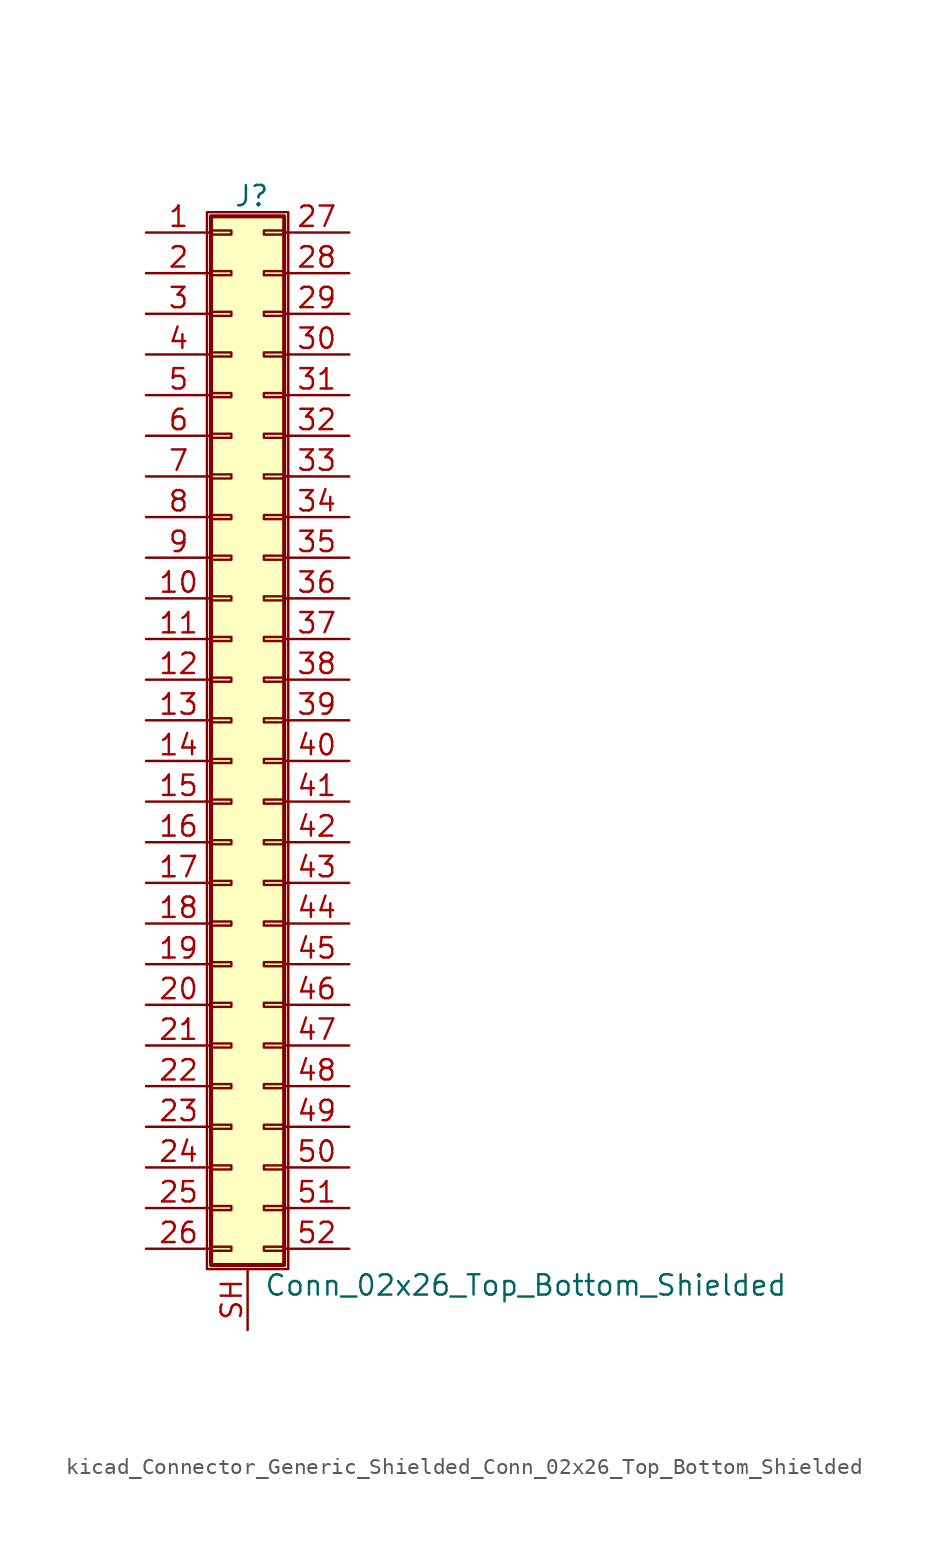
<source format=kicad_sym>
(kicad_symbol_lib
  (version 20220914)
  (generator kicad_symbol_editor)
  (symbol "kicad_Connector_Generic_Shielded_Conn_02x26_Top_Bottom_Shielded"
    (pin_names
      (offset 1.016) hide)
    (property "Reference" "J"
      (at 1.524 32.766 0)
      (effects (font (size 1.27 1.27))))
    (property "Value" "Conn_02x26_Top_Bottom_Shielded"
      (at 2.286 -35.306 0)
      (effects (font (size 1.27 1.27)) (justify left)))
    (symbol "kicad_Connector_Generic_Shielded_Conn_02x26_Top_Bottom_Shielded_1_1"
      (rectangle (start -1.27 31.75) (end 3.81 -34.29) (stroke (width 0.152) (type default)) (fill (type none)))
      (rectangle (start -1.016 -32.893) (end 0.254 -33.147) (stroke (width 0.152) (type default)) (fill (type none)))
      (rectangle (start -1.016 -30.353) (end 0.254 -30.607) (stroke (width 0.152) (type default)) (fill (type none)))
      (rectangle (start -1.016 -27.813) (end 0.254 -28.067) (stroke (width 0.152) (type default)) (fill (type none)))
      (rectangle (start -1.016 -25.273) (end 0.254 -25.527) (stroke (width 0.152) (type default)) (fill (type none)))
      (rectangle (start -1.016 -22.733) (end 0.254 -22.987) (stroke (width 0.152) (type default)) (fill (type none)))
      (rectangle (start -1.016 -20.193) (end 0.254 -20.447) (stroke (width 0.152) (type default)) (fill (type none)))
      (rectangle (start -1.016 -17.653) (end 0.254 -17.907) (stroke (width 0.152) (type default)) (fill (type none)))
      (rectangle (start -1.016 -15.113) (end 0.254 -15.367) (stroke (width 0.152) (type default)) (fill (type none)))
      (rectangle (start -1.016 -12.573) (end 0.254 -12.827) (stroke (width 0.152) (type default)) (fill (type none)))
      (rectangle (start -1.016 -10.033) (end 0.254 -10.287) (stroke (width 0.152) (type default)) (fill (type none)))
      (rectangle (start -1.016 -7.493) (end 0.254 -7.747) (stroke (width 0.152) (type default)) (fill (type none)))
      (rectangle (start -1.016 -4.953) (end 0.254 -5.207) (stroke (width 0.152) (type default)) (fill (type none)))
      (rectangle (start -1.016 -2.413) (end 0.254 -2.667) (stroke (width 0.152) (type default)) (fill (type none)))
      (rectangle (start -1.016 0.127) (end 0.254 -0.127) (stroke (width 0.152) (type default)) (fill (type none)))
      (rectangle (start -1.016 2.667) (end 0.254 2.413) (stroke (width 0.152) (type default)) (fill (type none)))
      (rectangle (start -1.016 5.207) (end 0.254 4.953) (stroke (width 0.152) (type default)) (fill (type none)))
      (rectangle (start -1.016 7.747) (end 0.254 7.493) (stroke (width 0.152) (type default)) (fill (type none)))
      (rectangle (start -1.016 10.287) (end 0.254 10.033) (stroke (width 0.152) (type default)) (fill (type none)))
      (rectangle (start -1.016 12.827) (end 0.254 12.573) (stroke (width 0.152) (type default)) (fill (type none)))
      (rectangle (start -1.016 15.367) (end 0.254 15.113) (stroke (width 0.152) (type default)) (fill (type none)))
      (rectangle (start -1.016 17.907) (end 0.254 17.653) (stroke (width 0.152) (type default)) (fill (type none)))
      (rectangle (start -1.016 20.447) (end 0.254 20.193) (stroke (width 0.152) (type default)) (fill (type none)))
      (rectangle (start -1.016 22.987) (end 0.254 22.733) (stroke (width 0.152) (type default)) (fill (type none)))
      (rectangle (start -1.016 25.527) (end 0.254 25.273) (stroke (width 0.152) (type default)) (fill (type none)))
      (rectangle (start -1.016 28.067) (end 0.254 27.813) (stroke (width 0.152) (type default)) (fill (type none)))
      (rectangle (start -1.016 30.607) (end 0.254 30.353) (stroke (width 0.152) (type default)) (fill (type none)))
      (rectangle (start -1.016 31.496) (end 3.556 -34.036) (stroke (width 0.254) (type default)) (fill (type background)))
      (rectangle (start 3.556 -32.893) (end 2.286 -33.147) (stroke (width 0.152) (type default)) (fill (type none)))
      (rectangle (start 3.556 -30.353) (end 2.286 -30.607) (stroke (width 0.152) (type default)) (fill (type none)))
      (rectangle (start 3.556 -27.813) (end 2.286 -28.067) (stroke (width 0.152) (type default)) (fill (type none)))
      (rectangle (start 3.556 -25.273) (end 2.286 -25.527) (stroke (width 0.152) (type default)) (fill (type none)))
      (rectangle (start 3.556 -22.733) (end 2.286 -22.987) (stroke (width 0.152) (type default)) (fill (type none)))
      (rectangle (start 3.556 -20.193) (end 2.286 -20.447) (stroke (width 0.152) (type default)) (fill (type none)))
      (rectangle (start 3.556 -17.653) (end 2.286 -17.907) (stroke (width 0.152) (type default)) (fill (type none)))
      (rectangle (start 3.556 -15.113) (end 2.286 -15.367) (stroke (width 0.152) (type default)) (fill (type none)))
      (rectangle (start 3.556 -12.573) (end 2.286 -12.827) (stroke (width 0.152) (type default)) (fill (type none)))
      (rectangle (start 3.556 -10.033) (end 2.286 -10.287) (stroke (width 0.152) (type default)) (fill (type none)))
      (rectangle (start 3.556 -7.493) (end 2.286 -7.747) (stroke (width 0.152) (type default)) (fill (type none)))
      (rectangle (start 3.556 -4.953) (end 2.286 -5.207) (stroke (width 0.152) (type default)) (fill (type none)))
      (rectangle (start 3.556 -2.413) (end 2.286 -2.667) (stroke (width 0.152) (type default)) (fill (type none)))
      (rectangle (start 3.556 0.127) (end 2.286 -0.127) (stroke (width 0.152) (type default)) (fill (type none)))
      (rectangle (start 3.556 2.667) (end 2.286 2.413) (stroke (width 0.152) (type default)) (fill (type none)))
      (rectangle (start 3.556 5.207) (end 2.286 4.953) (stroke (width 0.152) (type default)) (fill (type none)))
      (rectangle (start 3.556 7.747) (end 2.286 7.493) (stroke (width 0.152) (type default)) (fill (type none)))
      (rectangle (start 3.556 10.287) (end 2.286 10.033) (stroke (width 0.152) (type default)) (fill (type none)))
      (rectangle (start 3.556 12.827) (end 2.286 12.573) (stroke (width 0.152) (type default)) (fill (type none)))
      (rectangle (start 3.556 15.367) (end 2.286 15.113) (stroke (width 0.152) (type default)) (fill (type none)))
      (rectangle (start 3.556 17.907) (end 2.286 17.653) (stroke (width 0.152) (type default)) (fill (type none)))
      (rectangle (start 3.556 20.447) (end 2.286 20.193) (stroke (width 0.152) (type default)) (fill (type none)))
      (rectangle (start 3.556 22.987) (end 2.286 22.733) (stroke (width 0.152) (type default)) (fill (type none)))
      (rectangle (start 3.556 25.527) (end 2.286 25.273) (stroke (width 0.152) (type default)) (fill (type none)))
      (rectangle (start 3.556 28.067) (end 2.286 27.813) (stroke (width 0.152) (type default)) (fill (type none)))
      (rectangle (start 3.556 30.607) (end 2.286 30.353) (stroke (width 0.152) (type default)) (fill (type none)))
      (pin passive line (at -5.08 30.48 0) (length 4.064) (name "Pin_1" (effects (font (size 1.27 1.27)))) (number "1" (effects (font (size 1.27 1.27)))))
      (pin passive line (at -5.08 7.62 0) (length 4.064) (name "Pin_10" (effects (font (size 1.27 1.27)))) (number "10" (effects (font (size 1.27 1.27)))))
      (pin passive line (at -5.08 5.08 0) (length 4.064) (name "Pin_11" (effects (font (size 1.27 1.27)))) (number "11" (effects (font (size 1.27 1.27)))))
      (pin passive line (at -5.08 2.54 0) (length 4.064) (name "Pin_12" (effects (font (size 1.27 1.27)))) (number "12" (effects (font (size 1.27 1.27)))))
      (pin passive line (at -5.08 0 0) (length 4.064) (name "Pin_13" (effects (font (size 1.27 1.27)))) (number "13" (effects (font (size 1.27 1.27)))))
      (pin passive line (at -5.08 -2.54 0) (length 4.064) (name "Pin_14" (effects (font (size 1.27 1.27)))) (number "14" (effects (font (size 1.27 1.27)))))
      (pin passive line (at -5.08 -5.08 0) (length 4.064) (name "Pin_15" (effects (font (size 1.27 1.27)))) (number "15" (effects (font (size 1.27 1.27)))))
      (pin passive line (at -5.08 -7.62 0) (length 4.064) (name "Pin_16" (effects (font (size 1.27 1.27)))) (number "16" (effects (font (size 1.27 1.27)))))
      (pin passive line (at -5.08 -10.16 0) (length 4.064) (name "Pin_17" (effects (font (size 1.27 1.27)))) (number "17" (effects (font (size 1.27 1.27)))))
      (pin passive line (at -5.08 -12.7 0) (length 4.064) (name "Pin_18" (effects (font (size 1.27 1.27)))) (number "18" (effects (font (size 1.27 1.27)))))
      (pin passive line (at -5.08 -15.24 0) (length 4.064) (name "Pin_19" (effects (font (size 1.27 1.27)))) (number "19" (effects (font (size 1.27 1.27)))))
      (pin passive line (at -5.08 27.94 0) (length 4.064) (name "Pin_2" (effects (font (size 1.27 1.27)))) (number "2" (effects (font (size 1.27 1.27)))))
      (pin passive line (at -5.08 -17.78 0) (length 4.064) (name "Pin_20" (effects (font (size 1.27 1.27)))) (number "20" (effects (font (size 1.27 1.27)))))
      (pin passive line (at -5.08 -20.32 0) (length 4.064) (name "Pin_21" (effects (font (size 1.27 1.27)))) (number "21" (effects (font (size 1.27 1.27)))))
      (pin passive line (at -5.08 -22.86 0) (length 4.064) (name "Pin_22" (effects (font (size 1.27 1.27)))) (number "22" (effects (font (size 1.27 1.27)))))
      (pin passive line (at -5.08 -25.4 0) (length 4.064) (name "Pin_23" (effects (font (size 1.27 1.27)))) (number "23" (effects (font (size 1.27 1.27)))))
      (pin passive line (at -5.08 -27.94 0) (length 4.064) (name "Pin_24" (effects (font (size 1.27 1.27)))) (number "24" (effects (font (size 1.27 1.27)))))
      (pin passive line (at -5.08 -30.48 0) (length 4.064) (name "Pin_25" (effects (font (size 1.27 1.27)))) (number "25" (effects (font (size 1.27 1.27)))))
      (pin passive line (at -5.08 -33.02 0) (length 4.064) (name "Pin_26" (effects (font (size 1.27 1.27)))) (number "26" (effects (font (size 1.27 1.27)))))
      (pin passive line (at 7.62 30.48 180) (length 4.064) (name "Pin_27" (effects (font (size 1.27 1.27)))) (number "27" (effects (font (size 1.27 1.27)))))
      (pin passive line (at 7.62 27.94 180) (length 4.064) (name "Pin_28" (effects (font (size 1.27 1.27)))) (number "28" (effects (font (size 1.27 1.27)))))
      (pin passive line (at 7.62 25.4 180) (length 4.064) (name "Pin_29" (effects (font (size 1.27 1.27)))) (number "29" (effects (font (size 1.27 1.27)))))
      (pin passive line (at -5.08 25.4 0) (length 4.064) (name "Pin_3" (effects (font (size 1.27 1.27)))) (number "3" (effects (font (size 1.27 1.27)))))
      (pin passive line (at 7.62 22.86 180) (length 4.064) (name "Pin_30" (effects (font (size 1.27 1.27)))) (number "30" (effects (font (size 1.27 1.27)))))
      (pin passive line (at 7.62 20.32 180) (length 4.064) (name "Pin_31" (effects (font (size 1.27 1.27)))) (number "31" (effects (font (size 1.27 1.27)))))
      (pin passive line (at 7.62 17.78 180) (length 4.064) (name "Pin_32" (effects (font (size 1.27 1.27)))) (number "32" (effects (font (size 1.27 1.27)))))
      (pin passive line (at 7.62 15.24 180) (length 4.064) (name "Pin_33" (effects (font (size 1.27 1.27)))) (number "33" (effects (font (size 1.27 1.27)))))
      (pin passive line (at 7.62 12.7 180) (length 4.064) (name "Pin_34" (effects (font (size 1.27 1.27)))) (number "34" (effects (font (size 1.27 1.27)))))
      (pin passive line (at 7.62 10.16 180) (length 4.064) (name "Pin_35" (effects (font (size 1.27 1.27)))) (number "35" (effects (font (size 1.27 1.27)))))
      (pin passive line (at 7.62 7.62 180) (length 4.064) (name "Pin_36" (effects (font (size 1.27 1.27)))) (number "36" (effects (font (size 1.27 1.27)))))
      (pin passive line (at 7.62 5.08 180) (length 4.064) (name "Pin_37" (effects (font (size 1.27 1.27)))) (number "37" (effects (font (size 1.27 1.27)))))
      (pin passive line (at 7.62 2.54 180) (length 4.064) (name "Pin_38" (effects (font (size 1.27 1.27)))) (number "38" (effects (font (size 1.27 1.27)))))
      (pin passive line (at 7.62 0 180) (length 4.064) (name "Pin_39" (effects (font (size 1.27 1.27)))) (number "39" (effects (font (size 1.27 1.27)))))
      (pin passive line (at -5.08 22.86 0) (length 4.064) (name "Pin_4" (effects (font (size 1.27 1.27)))) (number "4" (effects (font (size 1.27 1.27)))))
      (pin passive line (at 7.62 -2.54 180) (length 4.064) (name "Pin_40" (effects (font (size 1.27 1.27)))) (number "40" (effects (font (size 1.27 1.27)))))
      (pin passive line (at 7.62 -5.08 180) (length 4.064) (name "Pin_41" (effects (font (size 1.27 1.27)))) (number "41" (effects (font (size 1.27 1.27)))))
      (pin passive line (at 7.62 -7.62 180) (length 4.064) (name "Pin_42" (effects (font (size 1.27 1.27)))) (number "42" (effects (font (size 1.27 1.27)))))
      (pin passive line (at 7.62 -10.16 180) (length 4.064) (name "Pin_43" (effects (font (size 1.27 1.27)))) (number "43" (effects (font (size 1.27 1.27)))))
      (pin passive line (at 7.62 -12.7 180) (length 4.064) (name "Pin_44" (effects (font (size 1.27 1.27)))) (number "44" (effects (font (size 1.27 1.27)))))
      (pin passive line (at 7.62 -15.24 180) (length 4.064) (name "Pin_45" (effects (font (size 1.27 1.27)))) (number "45" (effects (font (size 1.27 1.27)))))
      (pin passive line (at 7.62 -17.78 180) (length 4.064) (name "Pin_46" (effects (font (size 1.27 1.27)))) (number "46" (effects (font (size 1.27 1.27)))))
      (pin passive line (at 7.62 -20.32 180) (length 4.064) (name "Pin_47" (effects (font (size 1.27 1.27)))) (number "47" (effects (font (size 1.27 1.27)))))
      (pin passive line (at 7.62 -22.86 180) (length 4.064) (name "Pin_48" (effects (font (size 1.27 1.27)))) (number "48" (effects (font (size 1.27 1.27)))))
      (pin passive line (at 7.62 -25.4 180) (length 4.064) (name "Pin_49" (effects (font (size 1.27 1.27)))) (number "49" (effects (font (size 1.27 1.27)))))
      (pin passive line (at -5.08 20.32 0) (length 4.064) (name "Pin_5" (effects (font (size 1.27 1.27)))) (number "5" (effects (font (size 1.27 1.27)))))
      (pin passive line (at 7.62 -27.94 180) (length 4.064) (name "Pin_50" (effects (font (size 1.27 1.27)))) (number "50" (effects (font (size 1.27 1.27)))))
      (pin passive line (at 7.62 -30.48 180) (length 4.064) (name "Pin_51" (effects (font (size 1.27 1.27)))) (number "51" (effects (font (size 1.27 1.27)))))
      (pin passive line (at 7.62 -33.02 180) (length 4.064) (name "Pin_52" (effects (font (size 1.27 1.27)))) (number "52" (effects (font (size 1.27 1.27)))))
      (pin passive line (at -5.08 17.78 0) (length 4.064) (name "Pin_6" (effects (font (size 1.27 1.27)))) (number "6" (effects (font (size 1.27 1.27)))))
      (pin passive line (at -5.08 15.24 0) (length 4.064) (name "Pin_7" (effects (font (size 1.27 1.27)))) (number "7" (effects (font (size 1.27 1.27)))))
      (pin passive line (at -5.08 12.7 0) (length 4.064) (name "Pin_8" (effects (font (size 1.27 1.27)))) (number "8" (effects (font (size 1.27 1.27)))))
      (pin passive line (at -5.08 10.16 0) (length 4.064) (name "Pin_9" (effects (font (size 1.27 1.27)))) (number "9" (effects (font (size 1.27 1.27)))))
      (pin passive line (at 1.27 -38.1 90) (length 3.81) (name "Shield" (effects (font (size 1.27 1.27)))) (number "SH" (effects (font (size 1.27 1.27))))))))
</source>
